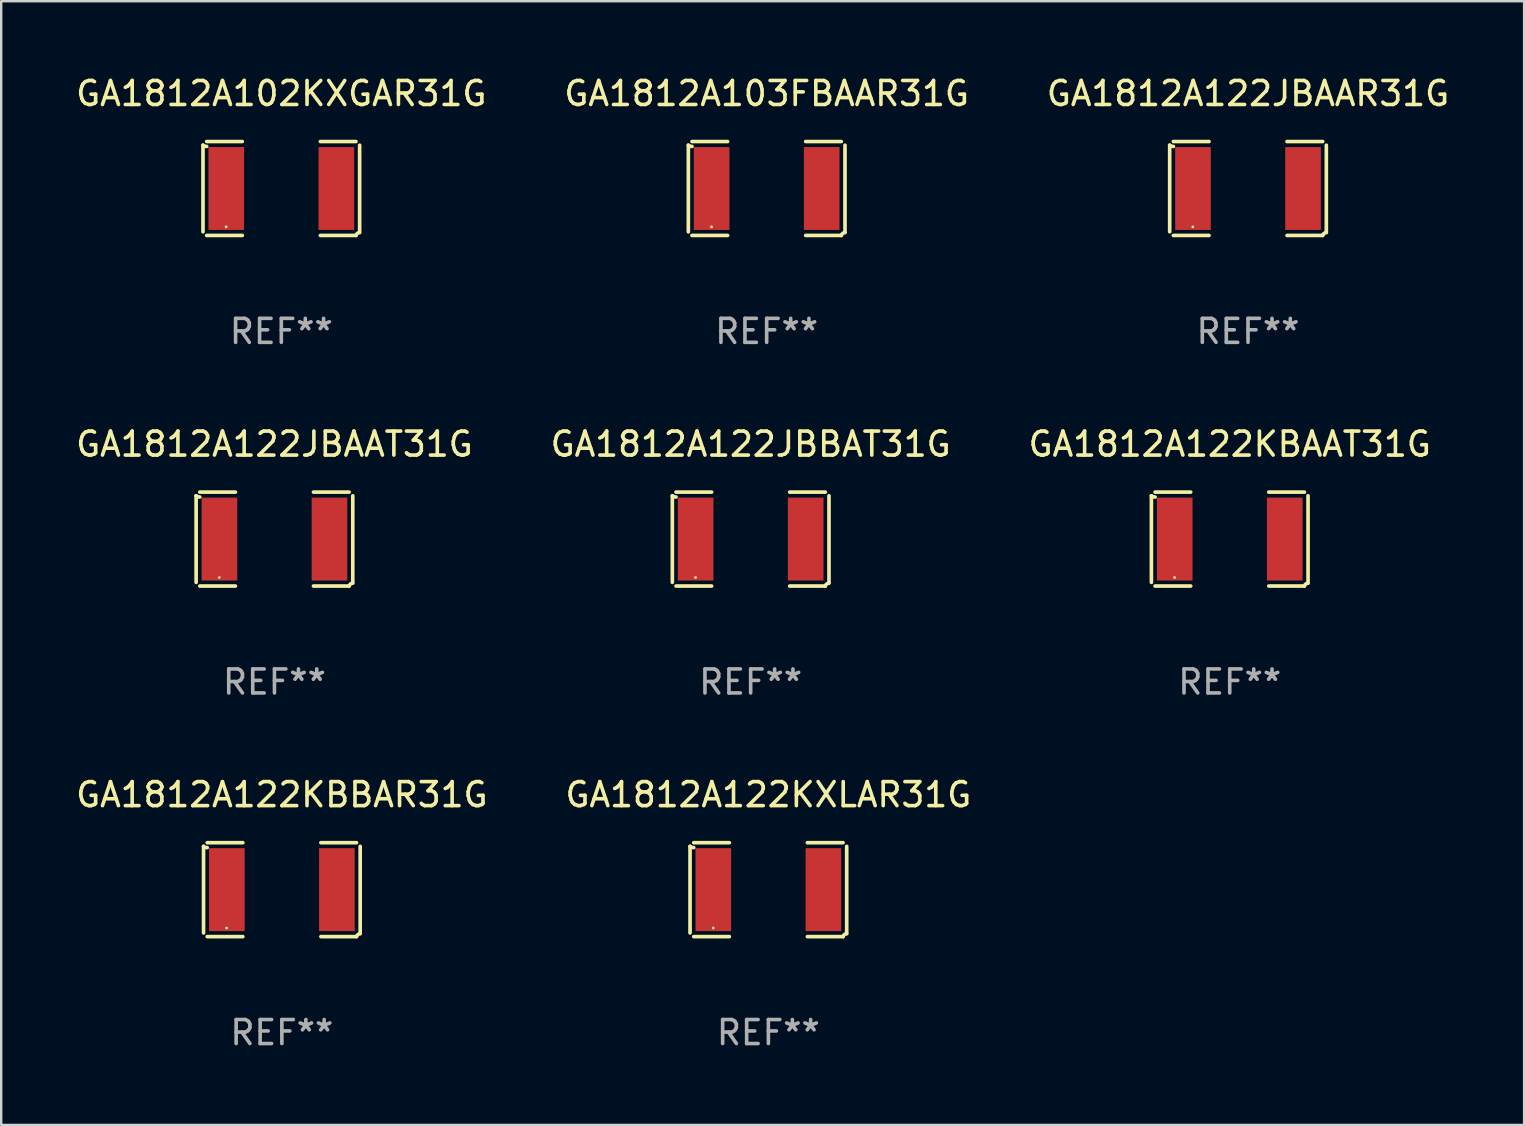
<source format=kicad_pcb>
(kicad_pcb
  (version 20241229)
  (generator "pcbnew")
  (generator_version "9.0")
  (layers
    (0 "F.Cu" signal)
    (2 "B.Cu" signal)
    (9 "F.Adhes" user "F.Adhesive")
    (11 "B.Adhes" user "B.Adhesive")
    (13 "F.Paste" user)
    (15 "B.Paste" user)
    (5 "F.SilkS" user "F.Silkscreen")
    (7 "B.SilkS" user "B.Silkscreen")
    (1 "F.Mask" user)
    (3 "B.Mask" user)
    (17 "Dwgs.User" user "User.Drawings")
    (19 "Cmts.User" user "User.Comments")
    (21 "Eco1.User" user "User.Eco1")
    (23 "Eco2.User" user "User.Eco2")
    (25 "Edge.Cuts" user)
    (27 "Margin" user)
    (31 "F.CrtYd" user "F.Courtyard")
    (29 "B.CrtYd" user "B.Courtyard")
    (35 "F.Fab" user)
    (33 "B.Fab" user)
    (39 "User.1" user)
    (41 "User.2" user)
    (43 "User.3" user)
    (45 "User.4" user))
  (footprint "GA1812A103FBAAR31G"
    (layer "F.Cu")
    (at 28.899 4.805)
    (property "Reference" "GA1812A103FBAAR31G" (at 0 -3.957 0) (layer "F.SilkS") (effects (font (size 1 1) (thickness 0.15))))
    (attr through_hole)
    (fp_line (start -3.264 1.804) (end -3.264 -1.804) (stroke (width 0.152) (type solid)) (layer "F.SilkS"))
    (fp_line (start -3.111 -1.957) (end -1.626 -1.957) (stroke (width 0.152) (type solid)) (layer "F.SilkS"))
    (fp_line (start -1.626 1.957) (end -3.111 1.957) (stroke (width 0.152) (type solid)) (layer "F.SilkS"))
    (fp_line (start 1.626 1.957) (end 3.111 1.957) (stroke (width 0.152) (type solid)) (layer "F.SilkS"))
    (fp_line (start 3.111 -1.957) (end 1.626 -1.957) (stroke (width 0.152) (type solid)) (layer "F.SilkS"))
    (fp_line (start 3.264 1.804) (end 3.264 -1.804) (stroke (width 0.152) (type solid)) (layer "F.SilkS"))
    (fp_arc (start -3.111202 -1.752192) (mid -3.191715 -1.76555) (end -3.263602 -1.804191) (stroke (width 0.1524) (type solid)) (layer "F.SilkS"))
    (fp_arc (start 3.111201 1.956591) (mid 3.167789 1.872777) (end 3.263602 1.840424) (stroke (width 0.1524) (type solid)) (layer "F.SilkS"))
    (fp_circle (center -2.3 1.6) (end -2.27 1.6) (stroke (width 0.06) (type solid)) (fill no) (layer "F.SilkS"))
    (fp_text user "REF**" (at 0 5.957 0) (layer "F.Fab") (effects (font (size 1 1) (thickness 0.15))))
    (pad "1" smd rect (at -2.293 0) (size 1.485 3.456) (layers "F.Cu" "F.Mask" "F.Paste"))
    (pad "2" smd rect (at 2.293 0) (size 1.485 3.456) (layers "F.Cu" "F.Mask" "F.Paste")))
  (footprint "GA1812A122JBBAT31G"
    (layer "F.Cu")
    (at 28.232 19.415)
    (property "Reference" "GA1812A122JBBAT31G" (at 0 -3.957 0) (layer "F.SilkS") (effects (font (size 1 1) (thickness 0.15))))
    (attr through_hole)
    (fp_line (start -3.264 1.804) (end -3.264 -1.804) (stroke (width 0.152) (type solid)) (layer "F.SilkS"))
    (fp_line (start -3.111 -1.957) (end -1.626 -1.957) (stroke (width 0.152) (type solid)) (layer "F.SilkS"))
    (fp_line (start -1.626 1.957) (end -3.111 1.957) (stroke (width 0.152) (type solid)) (layer "F.SilkS"))
    (fp_line (start 1.626 1.957) (end 3.111 1.957) (stroke (width 0.152) (type solid)) (layer "F.SilkS"))
    (fp_line (start 3.111 -1.957) (end 1.626 -1.957) (stroke (width 0.152) (type solid)) (layer "F.SilkS"))
    (fp_line (start 3.264 1.804) (end 3.264 -1.804) (stroke (width 0.152) (type solid)) (layer "F.SilkS"))
    (fp_arc (start -3.111202 -1.752192) (mid -3.191715 -1.76555) (end -3.263602 -1.804191) (stroke (width 0.1524) (type solid)) (layer "F.SilkS"))
    (fp_arc (start 3.111201 1.956591) (mid 3.167789 1.872777) (end 3.263602 1.840424) (stroke (width 0.1524) (type solid)) (layer "F.SilkS"))
    (fp_circle (center -2.3 1.6) (end -2.27 1.6) (stroke (width 0.06) (type solid)) (fill no) (layer "F.SilkS"))
    (fp_text user "REF**" (at 0 5.957 0) (layer "F.Fab") (effects (font (size 1 1) (thickness 0.15))))
    (pad "1" smd rect (at -2.293 0) (size 1.485 3.456) (layers "F.Cu" "F.Mask" "F.Paste"))
    (pad "2" smd rect (at 2.293 0) (size 1.485 3.456) (layers "F.Cu" "F.Mask" "F.Paste")))
  (footprint "GA1812A122KBAAT31G"
    (layer "F.Cu")
    (at 48.196 19.415)
    (property "Reference" "GA1812A122KBAAT31G" (at 0 -3.957 0) (layer "F.SilkS") (effects (font (size 1 1) (thickness 0.15))))
    (attr through_hole)
    (fp_line (start -3.264 1.804) (end -3.264 -1.804) (stroke (width 0.152) (type solid)) (layer "F.SilkS"))
    (fp_line (start -3.111 -1.957) (end -1.626 -1.957) (stroke (width 0.152) (type solid)) (layer "F.SilkS"))
    (fp_line (start -1.626 1.957) (end -3.111 1.957) (stroke (width 0.152) (type solid)) (layer "F.SilkS"))
    (fp_line (start 1.626 1.957) (end 3.111 1.957) (stroke (width 0.152) (type solid)) (layer "F.SilkS"))
    (fp_line (start 3.111 -1.957) (end 1.626 -1.957) (stroke (width 0.152) (type solid)) (layer "F.SilkS"))
    (fp_line (start 3.264 1.804) (end 3.264 -1.804) (stroke (width 0.152) (type solid)) (layer "F.SilkS"))
    (fp_arc (start -3.111202 -1.752192) (mid -3.191715 -1.76555) (end -3.263602 -1.804191) (stroke (width 0.1524) (type solid)) (layer "F.SilkS"))
    (fp_arc (start 3.111201 1.956591) (mid 3.167789 1.872777) (end 3.263602 1.840424) (stroke (width 0.1524) (type solid)) (layer "F.SilkS"))
    (fp_circle (center -2.3 1.6) (end -2.27 1.6) (stroke (width 0.06) (type solid)) (fill no) (layer "F.SilkS"))
    (fp_text user "REF**" (at 0 5.957 0) (layer "F.Fab") (effects (font (size 1 1) (thickness 0.15))))
    (pad "1" smd rect (at -2.293 0) (size 1.485 3.456) (layers "F.Cu" "F.Mask" "F.Paste"))
    (pad "2" smd rect (at 2.293 0) (size 1.485 3.456) (layers "F.Cu" "F.Mask" "F.Paste")))
  (footprint "GA1812A122JBAAT31G"
    (layer "F.Cu")
    (at 8.387 19.415)
    (property "Reference" "GA1812A122JBAAT31G" (at 0 -3.957 0) (layer "F.SilkS") (effects (font (size 1 1) (thickness 0.15))))
    (attr through_hole)
    (fp_line (start -3.264 1.804) (end -3.264 -1.804) (stroke (width 0.152) (type solid)) (layer "F.SilkS"))
    (fp_line (start -3.111 -1.957) (end -1.626 -1.957) (stroke (width 0.152) (type solid)) (layer "F.SilkS"))
    (fp_line (start -1.626 1.957) (end -3.111 1.957) (stroke (width 0.152) (type solid)) (layer "F.SilkS"))
    (fp_line (start 1.626 1.957) (end 3.111 1.957) (stroke (width 0.152) (type solid)) (layer "F.SilkS"))
    (fp_line (start 3.111 -1.957) (end 1.626 -1.957) (stroke (width 0.152) (type solid)) (layer "F.SilkS"))
    (fp_line (start 3.264 1.804) (end 3.264 -1.804) (stroke (width 0.152) (type solid)) (layer "F.SilkS"))
    (fp_arc (start -3.111202 -1.752192) (mid -3.191715 -1.76555) (end -3.263602 -1.804191) (stroke (width 0.1524) (type solid)) (layer "F.SilkS"))
    (fp_arc (start 3.111201 1.956591) (mid 3.167789 1.872777) (end 3.263602 1.840424) (stroke (width 0.1524) (type solid)) (layer "F.SilkS"))
    (fp_circle (center -2.3 1.6) (end -2.27 1.6) (stroke (width 0.06) (type solid)) (fill no) (layer "F.SilkS"))
    (fp_text user "REF**" (at 0 5.957 0) (layer "F.Fab") (effects (font (size 1 1) (thickness 0.15))))
    (pad "1" smd rect (at -2.293 0) (size 1.485 3.456) (layers "F.Cu" "F.Mask" "F.Paste"))
    (pad "2" smd rect (at 2.293 0) (size 1.485 3.456) (layers "F.Cu" "F.Mask" "F.Paste")))
  (footprint "GA1812A122JBAAR31G"
    (layer "F.Cu")
    (at 48.958 4.805)
    (property "Reference" "GA1812A122JBAAR31G" (at 0 -3.957 0) (layer "F.SilkS") (effects (font (size 1 1) (thickness 0.15))))
    (attr through_hole)
    (fp_line (start -3.264 1.804) (end -3.264 -1.804) (stroke (width 0.152) (type solid)) (layer "F.SilkS"))
    (fp_line (start -3.111 -1.957) (end -1.626 -1.957) (stroke (width 0.152) (type solid)) (layer "F.SilkS"))
    (fp_line (start -1.626 1.957) (end -3.111 1.957) (stroke (width 0.152) (type solid)) (layer "F.SilkS"))
    (fp_line (start 1.626 1.957) (end 3.111 1.957) (stroke (width 0.152) (type solid)) (layer "F.SilkS"))
    (fp_line (start 3.111 -1.957) (end 1.626 -1.957) (stroke (width 0.152) (type solid)) (layer "F.SilkS"))
    (fp_line (start 3.264 1.804) (end 3.264 -1.804) (stroke (width 0.152) (type solid)) (layer "F.SilkS"))
    (fp_arc (start -3.111202 -1.752192) (mid -3.191715 -1.76555) (end -3.263602 -1.804191) (stroke (width 0.1524) (type solid)) (layer "F.SilkS"))
    (fp_arc (start 3.111201 1.956591) (mid 3.167789 1.872777) (end 3.263602 1.840424) (stroke (width 0.1524) (type solid)) (layer "F.SilkS"))
    (fp_circle (center -2.3 1.6) (end -2.27 1.6) (stroke (width 0.06) (type solid)) (fill no) (layer "F.SilkS"))
    (fp_text user "REF**" (at 0 5.957 0) (layer "F.Fab") (effects (font (size 1 1) (thickness 0.15))))
    (pad "1" smd rect (at -2.293 0) (size 1.485 3.456) (layers "F.Cu" "F.Mask" "F.Paste"))
    (pad "2" smd rect (at 2.293 0) (size 1.485 3.456) (layers "F.Cu" "F.Mask" "F.Paste")))
  (footprint "GA1812A122KXLAR31G"
    (layer "F.Cu")
    (at 28.97 34.024)
    (property "Reference" "GA1812A122KXLAR31G" (at 0 -3.957 0) (layer "F.SilkS") (effects (font (size 1 1) (thickness 0.15))))
    (attr through_hole)
    (fp_line (start -3.264 1.804) (end -3.264 -1.804) (stroke (width 0.152) (type solid)) (layer "F.SilkS"))
    (fp_line (start -3.111 -1.957) (end -1.626 -1.957) (stroke (width 0.152) (type solid)) (layer "F.SilkS"))
    (fp_line (start -1.626 1.957) (end -3.111 1.957) (stroke (width 0.152) (type solid)) (layer "F.SilkS"))
    (fp_line (start 1.626 1.957) (end 3.111 1.957) (stroke (width 0.152) (type solid)) (layer "F.SilkS"))
    (fp_line (start 3.111 -1.957) (end 1.626 -1.957) (stroke (width 0.152) (type solid)) (layer "F.SilkS"))
    (fp_line (start 3.264 1.804) (end 3.264 -1.804) (stroke (width 0.152) (type solid)) (layer "F.SilkS"))
    (fp_arc (start -3.111202 -1.752192) (mid -3.191715 -1.76555) (end -3.263602 -1.804191) (stroke (width 0.1524) (type solid)) (layer "F.SilkS"))
    (fp_arc (start 3.111201 1.956591) (mid 3.167789 1.872777) (end 3.263602 1.840424) (stroke (width 0.1524) (type solid)) (layer "F.SilkS"))
    (fp_circle (center -2.3 1.6) (end -2.27 1.6) (stroke (width 0.06) (type solid)) (fill no) (layer "F.SilkS"))
    (fp_text user "REF**" (at 0 5.957 0) (layer "F.Fab") (effects (font (size 1 1) (thickness 0.15))))
    (pad "1" smd rect (at -2.293 0) (size 1.485 3.456) (layers "F.Cu" "F.Mask" "F.Paste"))
    (pad "2" smd rect (at 2.293 0) (size 1.485 3.456) (layers "F.Cu" "F.Mask" "F.Paste")))
  (footprint "GA1812A102KXGAR31G"
    (layer "F.Cu")
    (at 8.673 4.805)
    (property "Reference" "GA1812A102KXGAR31G" (at 0 -3.957 0) (layer "F.SilkS") (effects (font (size 1 1) (thickness 0.15))))
    (attr through_hole)
    (fp_line (start -3.264 1.804) (end -3.264 -1.804) (stroke (width 0.152) (type solid)) (layer "F.SilkS"))
    (fp_line (start -3.111 -1.957) (end -1.626 -1.957) (stroke (width 0.152) (type solid)) (layer "F.SilkS"))
    (fp_line (start -1.626 1.957) (end -3.111 1.957) (stroke (width 0.152) (type solid)) (layer "F.SilkS"))
    (fp_line (start 1.626 1.957) (end 3.111 1.957) (stroke (width 0.152) (type solid)) (layer "F.SilkS"))
    (fp_line (start 3.111 -1.957) (end 1.626 -1.957) (stroke (width 0.152) (type solid)) (layer "F.SilkS"))
    (fp_line (start 3.264 1.804) (end 3.264 -1.804) (stroke (width 0.152) (type solid)) (layer "F.SilkS"))
    (fp_arc (start -3.111202 -1.752192) (mid -3.191715 -1.76555) (end -3.263602 -1.804191) (stroke (width 0.1524) (type solid)) (layer "F.SilkS"))
    (fp_arc (start 3.111201 1.956591) (mid 3.167789 1.872777) (end 3.263602 1.840424) (stroke (width 0.1524) (type solid)) (layer "F.SilkS"))
    (fp_circle (center -2.3 1.6) (end -2.27 1.6) (stroke (width 0.06) (type solid)) (fill no) (layer "F.SilkS"))
    (fp_text user "REF**" (at 0 5.957 0) (layer "F.Fab") (effects (font (size 1 1) (thickness 0.15))))
    (pad "1" smd rect (at -2.293 0) (size 1.485 3.456) (layers "F.Cu" "F.Mask" "F.Paste"))
    (pad "2" smd rect (at 2.293 0) (size 1.485 3.456) (layers "F.Cu" "F.Mask" "F.Paste")))
  (footprint "GA1812A122KBBAR31G"
    (layer "F.Cu")
    (at 8.696 34.024)
    (property "Reference" "GA1812A122KBBAR31G" (at 0 -3.957 0) (layer "F.SilkS") (effects (font (size 1 1) (thickness 0.15))))
    (attr through_hole)
    (fp_line (start -3.264 1.804) (end -3.264 -1.804) (stroke (width 0.152) (type solid)) (layer "F.SilkS"))
    (fp_line (start -3.111 -1.957) (end -1.626 -1.957) (stroke (width 0.152) (type solid)) (layer "F.SilkS"))
    (fp_line (start -1.626 1.957) (end -3.111 1.957) (stroke (width 0.152) (type solid)) (layer "F.SilkS"))
    (fp_line (start 1.626 1.957) (end 3.111 1.957) (stroke (width 0.152) (type solid)) (layer "F.SilkS"))
    (fp_line (start 3.111 -1.957) (end 1.626 -1.957) (stroke (width 0.152) (type solid)) (layer "F.SilkS"))
    (fp_line (start 3.264 1.804) (end 3.264 -1.804) (stroke (width 0.152) (type solid)) (layer "F.SilkS"))
    (fp_arc (start -3.111202 -1.752192) (mid -3.191715 -1.76555) (end -3.263602 -1.804191) (stroke (width 0.1524) (type solid)) (layer "F.SilkS"))
    (fp_arc (start 3.111201 1.956591) (mid 3.167789 1.872777) (end 3.263602 1.840424) (stroke (width 0.1524) (type solid)) (layer "F.SilkS"))
    (fp_circle (center -2.3 1.6) (end -2.27 1.6) (stroke (width 0.06) (type solid)) (fill no) (layer "F.SilkS"))
    (fp_text user "REF**" (at 0 5.957 0) (layer "F.Fab") (effects (font (size 1 1) (thickness 0.15))))
    (pad "1" smd rect (at -2.293 0) (size 1.485 3.456) (layers "F.Cu" "F.Mask" "F.Paste"))
    (pad "2" smd rect (at 2.293 0) (size 1.485 3.456) (layers "F.Cu" "F.Mask" "F.Paste")))
  (gr_rect
    (start -3 -3)
    (end 60.464 43.829)
    (stroke (width 0.1) (type default))
    (fill no)
    (layer "Edge.Cuts")))
</source>
